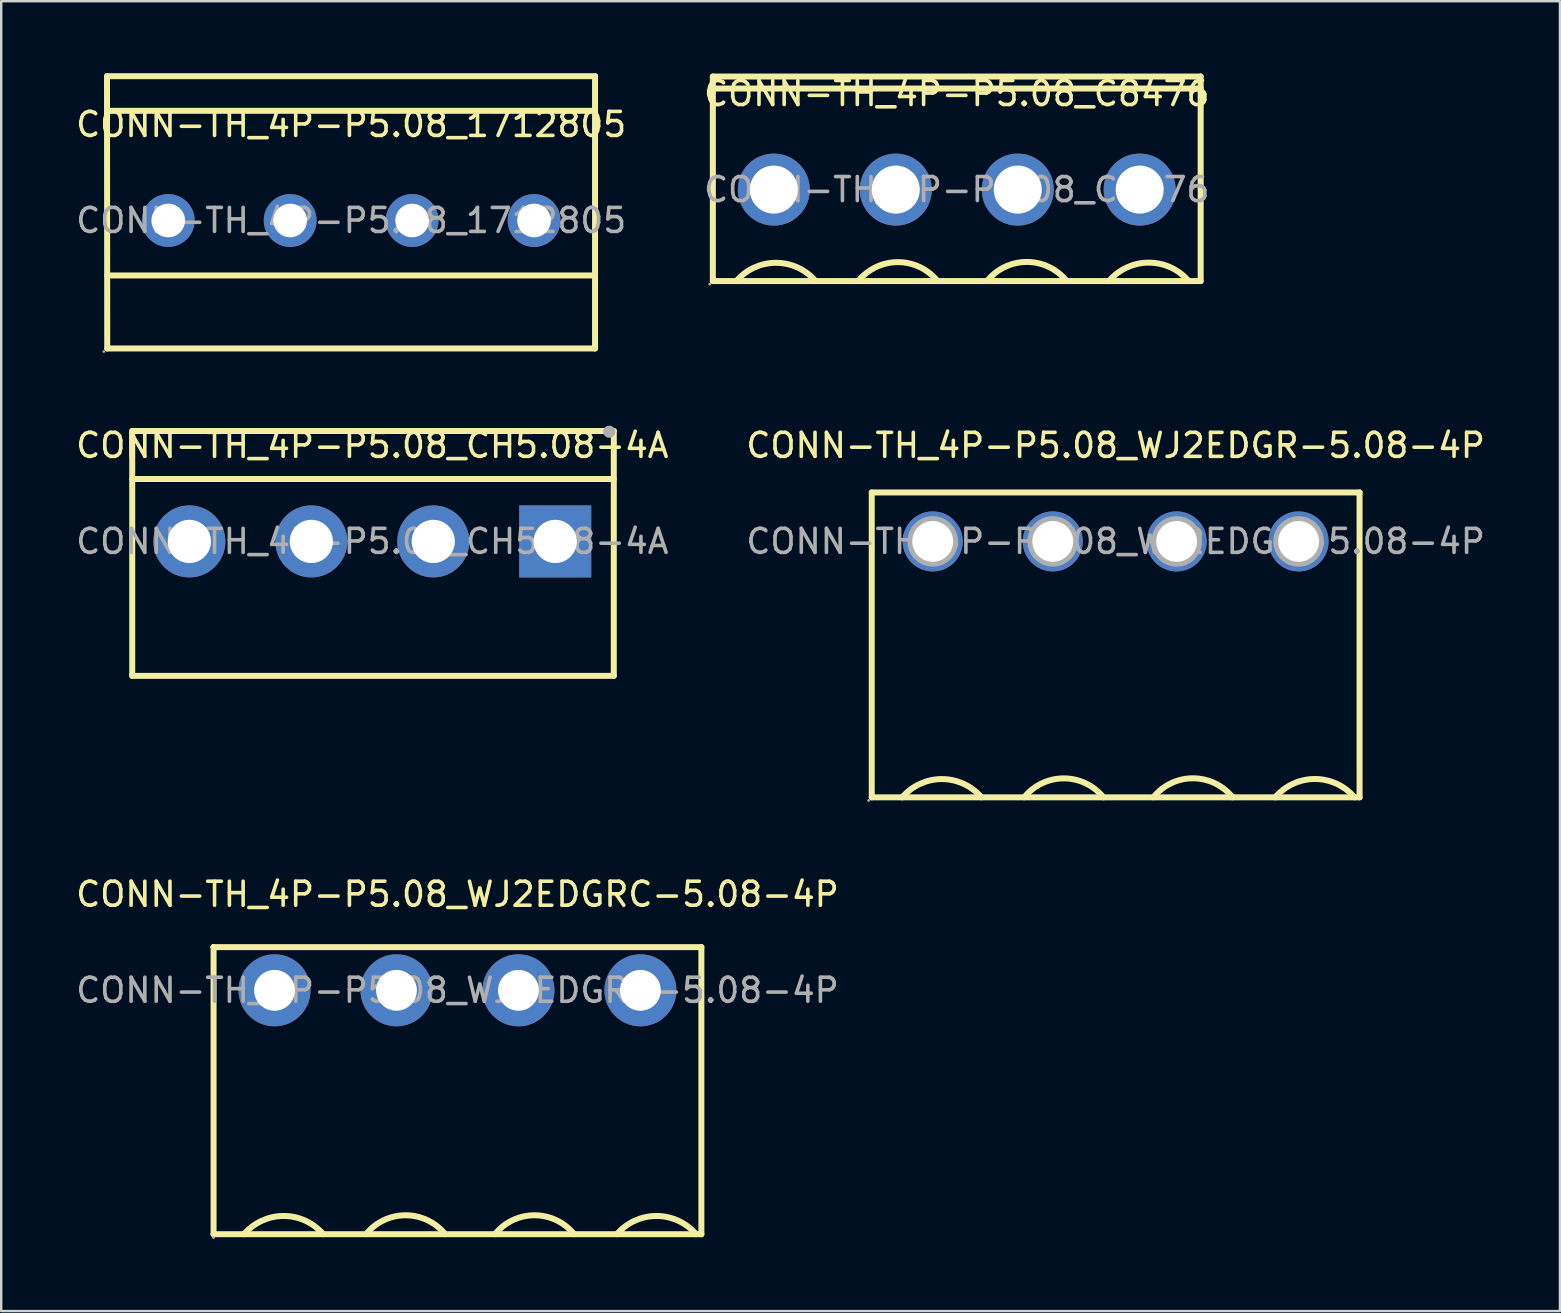
<source format=kicad_pcb>
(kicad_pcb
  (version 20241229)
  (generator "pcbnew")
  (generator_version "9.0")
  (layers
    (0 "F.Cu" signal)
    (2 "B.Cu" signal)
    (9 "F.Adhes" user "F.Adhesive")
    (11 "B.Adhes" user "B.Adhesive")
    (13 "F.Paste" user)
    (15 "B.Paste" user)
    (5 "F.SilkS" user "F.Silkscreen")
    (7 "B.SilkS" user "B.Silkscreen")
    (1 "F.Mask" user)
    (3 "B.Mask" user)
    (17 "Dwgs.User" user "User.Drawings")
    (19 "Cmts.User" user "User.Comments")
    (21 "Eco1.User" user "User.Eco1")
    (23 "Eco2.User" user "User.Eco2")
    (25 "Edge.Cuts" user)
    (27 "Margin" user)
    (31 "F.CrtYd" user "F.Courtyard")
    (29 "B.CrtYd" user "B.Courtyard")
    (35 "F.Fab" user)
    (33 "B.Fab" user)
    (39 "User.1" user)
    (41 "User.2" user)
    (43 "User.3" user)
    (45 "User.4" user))
  (footprint "CONN-TH_4P-P5.08_WJ2EDGRC-5.08-4P"
    (layer "F.Cu")
    (at 16.006 38.202)
    (property "Reference" "CONN-TH_4P-P5.08_WJ2EDGRC-5.08-4P" (at 0 -4 0) (layer "F.SilkS") (effects (font (size 1 1) (thickness 0.15))))
    (attr through_hole)
    (fp_line (start -10.16 -1.8) (end -10.16 -1.8) (stroke (width 0.25) (type solid)) (layer "F.SilkS"))
    (fp_line (start -10.16 -1.8) (end -10.16 10.16) (stroke (width 0.25) (type solid)) (layer "F.SilkS"))
    (fp_line (start -10.16 10.16) (end 10.16 10.16) (stroke (width 0.25) (type solid)) (layer "F.SilkS"))
    (fp_line (start 10.16 -1.8) (end -10.16 -1.8) (stroke (width 0.25) (type solid)) (layer "F.SilkS"))
    (fp_line (start 10.16 10.16) (end 10.16 -1.8) (stroke (width 0.25) (type solid)) (layer "F.SilkS"))
    (fp_arc (start -8.890511 10.160599) (mid -7.240394 9.399609) (end -5.59 10.16) (stroke (width 0.25) (type solid)) (layer "F.SilkS"))
    (fp_arc (start -3.808881 10.158614) (mid -2.159109 9.370709) (end -0.51 10.16) (stroke (width 0.25) (type solid)) (layer "F.SilkS"))
    (fp_arc (start 1.561119 10.158614) (mid 3.210891 9.370709) (end 4.86 10.16) (stroke (width 0.25) (type solid)) (layer "F.SilkS"))
    (fp_arc (start 6.639489 10.160599) (mid 8.289606 9.399609) (end 9.94 10.16) (stroke (width 0.25) (type solid)) (layer "F.SilkS"))
    (fp_circle (center -10.16 10.3) (end -10.13 10.3) (stroke (width 0.06) (type solid)) (fill no) (layer "F.Fab"))
    (fp_text user "${REFERENCE}" (at 0 0 0) (layer "F.Fab") (effects (font (size 1 1) (thickness 0.15))))
    (pad "1" thru_hole circle (at -7.62 0) (size 3 3) (drill 1.7) (layers "*.Cu" "*.Paste" "*.Mask"))
    (pad "2" thru_hole circle (at -2.54 0) (size 3 3) (drill 1.7) (layers "*.Cu" "*.Paste" "*.Mask"))
    (pad "3" thru_hole circle (at 2.54 0) (size 3 3) (drill 1.7) (layers "*.Cu" "*.Paste" "*.Mask"))
    (pad "4" thru_hole circle (at 7.62 0) (size 3 3) (drill 1.7) (layers "*.Cu" "*.Paste" "*.Mask")))
  (footprint "CONN-TH_4P-P5.08_CH5.08-4A"
    (layer "F.Cu")
    (at 12.458 19.503)
    (property "Reference" "CONN-TH_4P-P5.08_CH5.08-4A" (at 0 -4 0) (layer "F.SilkS") (effects (font (size 1 1) (thickness 0.15))))
    (attr through_hole)
    (fp_line (start -10 -4.6) (end -10 5.6) (stroke (width 0.25) (type solid)) (layer "F.SilkS"))
    (fp_line (start -10 -4.6) (end 10.06 -4.6) (stroke (width 0.25) (type solid)) (layer "F.SilkS"))
    (fp_line (start -10 -2.6) (end 10.06 -2.6) (stroke (width 0.25) (type solid)) (layer "F.SilkS"))
    (fp_line (start -10 5.6) (end 10.06 5.6) (stroke (width 0.25) (type solid)) (layer "F.SilkS"))
    (fp_line (start 10.06 -4.6) (end 10.06 5.6) (stroke (width 0.25) (type solid)) (layer "F.SilkS"))
    (fp_circle (center 9.87 -4.57) (end 10 -4.57) (stroke (width 0.25) (type solid)) (fill no) (layer "F.Fab"))
    (fp_text user "${REFERENCE}" (at 0 0 0) (layer "F.Fab") (effects (font (size 1 1) (thickness 0.15))))
    (pad "1" thru_hole rect (at 7.62 0) (size 3 3) (drill 1.8) (layers "*.Cu" "*.Paste" "*.Mask"))
    (pad "2" thru_hole circle (at 2.54 0) (size 3 3) (drill 1.8) (layers "*.Cu" "*.Paste" "*.Mask"))
    (pad "3" thru_hole circle (at -2.54 0) (size 3 3) (drill 1.8) (layers "*.Cu" "*.Paste" "*.Mask"))
    (pad "4" thru_hole circle (at -7.62 0) (size 3 3) (drill 1.8) (layers "*.Cu" "*.Paste" "*.Mask")))
  (footprint "CONN-TH_4P-P5.08_C8476"
    (layer "F.Cu")
    (at 36.804 4.848)
    (property "Reference" "CONN-TH_4P-P5.08_C8476" (at 0 -4 0) (layer "F.SilkS") (effects (font (size 1 1) (thickness 0.15))))
    (attr through_hole)
    (fp_line (start -10.16 -4.71) (end -10.16 3.81) (stroke (width 0.25) (type solid)) (layer "F.SilkS"))
    (fp_line (start -10.16 -4.71) (end 10.16 -4.71) (stroke (width 0.25) (type solid)) (layer "F.SilkS"))
    (fp_line (start -10.16 3.81) (end 10.16 3.81) (stroke (width 0.25) (type solid)) (layer "F.SilkS"))
    (fp_line (start 10.16 -4.71) (end 10.16 3.81) (stroke (width 0.25) (type solid)) (layer "F.SilkS"))
    (fp_line (start 10.16 -4.21) (end -10.16 -4.21) (stroke (width 0.25) (type solid)) (layer "F.SilkS"))
    (fp_arc (start -9.180511 3.810599) (mid -7.530394 3.049609) (end -5.88 3.81) (stroke (width 0.25) (type solid)) (layer "F.SilkS"))
    (fp_arc (start -4.098881 3.808614) (mid -2.449109 3.020709) (end -0.8 3.81) (stroke (width 0.25) (type solid)) (layer "F.SilkS"))
    (fp_arc (start 1.258985 3.811268) (mid 2.919188 3.012913) (end 4.58 3.81) (stroke (width 0.25) (type solid)) (layer "F.SilkS"))
    (fp_arc (start 6.337812 3.81258) (mid 7.998309 3.041997) (end 9.66 3.81) (stroke (width 0.25) (type solid)) (layer "F.SilkS"))
    (fp_circle (center -10.29 3.94) (end -10.26 3.94) (stroke (width 0.06) (type solid)) (fill no) (layer "F.Fab"))
    (fp_circle (center -7.62 0) (end -7.17 0) (stroke (width 0.9) (type solid)) (fill no) (layer "F.Fab"))
    (fp_circle (center -2.54 0) (end -2.09 0) (stroke (width 0.9) (type solid)) (fill no) (layer "F.Fab"))
    (fp_circle (center 2.54 0) (end 2.99 0) (stroke (width 0.9) (type solid)) (fill no) (layer "F.Fab"))
    (fp_circle (center 7.62 0) (end 8.07 0) (stroke (width 0.9) (type solid)) (fill no) (layer "F.Fab"))
    (fp_text user "${REFERENCE}" (at 0 0 0) (layer "F.Fab") (effects (font (size 1 1) (thickness 0.15))))
    (pad "1" thru_hole circle (at -7.62 0) (size 3 3) (drill 2) (layers "*.Cu" "*.Paste" "*.Mask"))
    (pad "2" thru_hole circle (at -2.54 0) (size 3 3) (drill 2) (layers "*.Cu" "*.Paste" "*.Mask"))
    (pad "3" thru_hole circle (at 2.54 0) (size 3 3) (drill 2) (layers "*.Cu" "*.Paste" "*.Mask"))
    (pad "4" thru_hole circle (at 7.62 0) (size 3 3) (drill 2) (layers "*.Cu" "*.Paste" "*.Mask")))
  (footprint "CONN-TH_4P-P5.08_1712805"
    (layer "F.Cu")
    (at 11.577 6.135)
    (property "Reference" "CONN-TH_4P-P5.08_1712805" (at 0 -4 0) (layer "F.SilkS") (effects (font (size 1 1) (thickness 0.15))))
    (attr through_hole)
    (fp_line (start -10.17 -6.01) (end -10.16 5.33) (stroke (width 0.25) (type solid)) (layer "F.SilkS"))
    (fp_line (start -10.16 -4.57) (end 10.16 -4.57) (stroke (width 0.25) (type solid)) (layer "F.SilkS"))
    (fp_line (start -10.16 2.29) (end 10.16 2.29) (stroke (width 0.25) (type solid)) (layer "F.SilkS"))
    (fp_line (start -10.16 5.33) (end 10.16 5.33) (stroke (width 0.25) (type solid)) (layer "F.SilkS"))
    (fp_line (start 10.16 -6.01) (end -10.17 -6.01) (stroke (width 0.25) (type solid)) (layer "F.SilkS"))
    (fp_line (start 10.16 5.33) (end 10.16 -6.01) (stroke (width 0.25) (type solid)) (layer "F.SilkS"))
    (fp_circle (center -10.3 5.46) (end -10.27 5.46) (stroke (width 0.06) (type solid)) (fill no) (layer "F.Fab"))
    (fp_circle (center -7.62 0) (end -7.32 0) (stroke (width 0.6) (type solid)) (fill no) (layer "F.Fab"))
    (fp_circle (center -2.54 0) (end -2.24 0) (stroke (width 0.6) (type solid)) (fill no) (layer "F.Fab"))
    (fp_circle (center 2.54 0) (end 2.84 0) (stroke (width 0.6) (type solid)) (fill no) (layer "F.Fab"))
    (fp_circle (center 7.62 0) (end 7.92 0) (stroke (width 0.6) (type solid)) (fill no) (layer "F.Fab"))
    (fp_text user "${REFERENCE}" (at 0 0 0) (layer "F.Fab") (effects (font (size 1 1) (thickness 0.15))))
    (pad "1" thru_hole circle (at -7.62 0) (size 2.2 2.2) (drill 1.4) (layers "*.Cu" "*.Paste" "*.Mask"))
    (pad "2" thru_hole circle (at -2.54 0) (size 2.2 2.2) (drill 1.4) (layers "*.Cu" "*.Paste" "*.Mask"))
    (pad "3" thru_hole circle (at 2.54 0) (size 2.2 2.2) (drill 1.4) (layers "*.Cu" "*.Paste" "*.Mask"))
    (pad "4" thru_hole circle (at 7.62 0) (size 2.2 2.2) (drill 1.4) (layers "*.Cu" "*.Paste" "*.Mask")))
  (footprint "CONN-TH_4P-P5.08_WJ2EDGR-5.08-4P"
    (layer "F.Cu")
    (at 43.423 19.503)
    (property "Reference" "CONN-TH_4P-P5.08_WJ2EDGR-5.08-4P" (at 0 -4 0) (layer "F.SilkS") (effects (font (size 1 1) (thickness 0.15))))
    (attr through_hole)
    (fp_line (start -10.16 -2.04) (end -10.16 10.66) (stroke (width 0.25) (type solid)) (layer "F.SilkS"))
    (fp_line (start -10.16 -2.04) (end 10.16 -2.04) (stroke (width 0.25) (type solid)) (layer "F.SilkS"))
    (fp_line (start -10.16 10.66) (end 10.16 10.66) (stroke (width 0.25) (type solid)) (layer "F.SilkS"))
    (fp_line (start 10.16 -2.04) (end 10.16 10.66) (stroke (width 0.25) (type solid)) (layer "F.SilkS"))
    (fp_arc (start -8.890511 10.660599) (mid -7.240394 9.899609) (end -5.59 10.66) (stroke (width 0.25) (type solid)) (layer "F.SilkS"))
    (fp_arc (start -3.808881 10.658614) (mid -2.159109 9.870709) (end -0.51 10.66) (stroke (width 0.25) (type solid)) (layer "F.SilkS"))
    (fp_arc (start 1.570931 10.658837) (mid 3.220745 9.866969) (end 4.87 10.66) (stroke (width 0.25) (type solid)) (layer "F.SilkS"))
    (fp_arc (start 6.649311 10.660812) (mid 8.299468 9.896091) (end 9.95 10.66) (stroke (width 0.25) (type solid)) (layer "F.SilkS"))
    (fp_circle (center -10.29 10.79) (end -10.26 10.79) (stroke (width 0.06) (type solid)) (fill no) (layer "F.Fab"))
    (fp_circle (center -7.62 0) (end -7.09 0) (stroke (width 1.05) (type solid)) (fill no) (layer "F.Fab"))
    (fp_circle (center -2.62 0) (end -2.09 0) (stroke (width 1.05) (type solid)) (fill no) (layer "F.Fab"))
    (fp_circle (center 2.54 0) (end 3.07 0) (stroke (width 1.05) (type solid)) (fill no) (layer "F.Fab"))
    (fp_circle (center 7.62 0) (end 8.15 0) (stroke (width 1.05) (type solid)) (fill no) (layer "F.Fab"))
    (fp_text user "${REFERENCE}" (at 0 0 0) (layer "F.Fab") (effects (font (size 1 1) (thickness 0.15))))
    (pad "1" thru_hole circle (at -7.62 0 270) (size 2.5 2.5) (drill 1.7) (layers "*.Cu" "*.Paste" "*.Mask"))
    (pad "2" thru_hole circle (at -2.62 0) (size 2.5 2.5) (drill 1.7) (layers "*.Cu" "*.Paste" "*.Mask"))
    (pad "3" thru_hole circle (at 2.54 0) (size 2.5 2.5) (drill 1.7) (layers "*.Cu" "*.Paste" "*.Mask"))
    (pad "4" thru_hole circle (at 7.62 0) (size 2.5 2.5) (drill 1.7) (layers "*.Cu" "*.Paste" "*.Mask")))
  (gr_rect
    (start -3 -3)
    (end 61.929 51.562)
    (stroke (width 0.1) (type default))
    (fill no)
    (layer "Edge.Cuts")))
</source>
